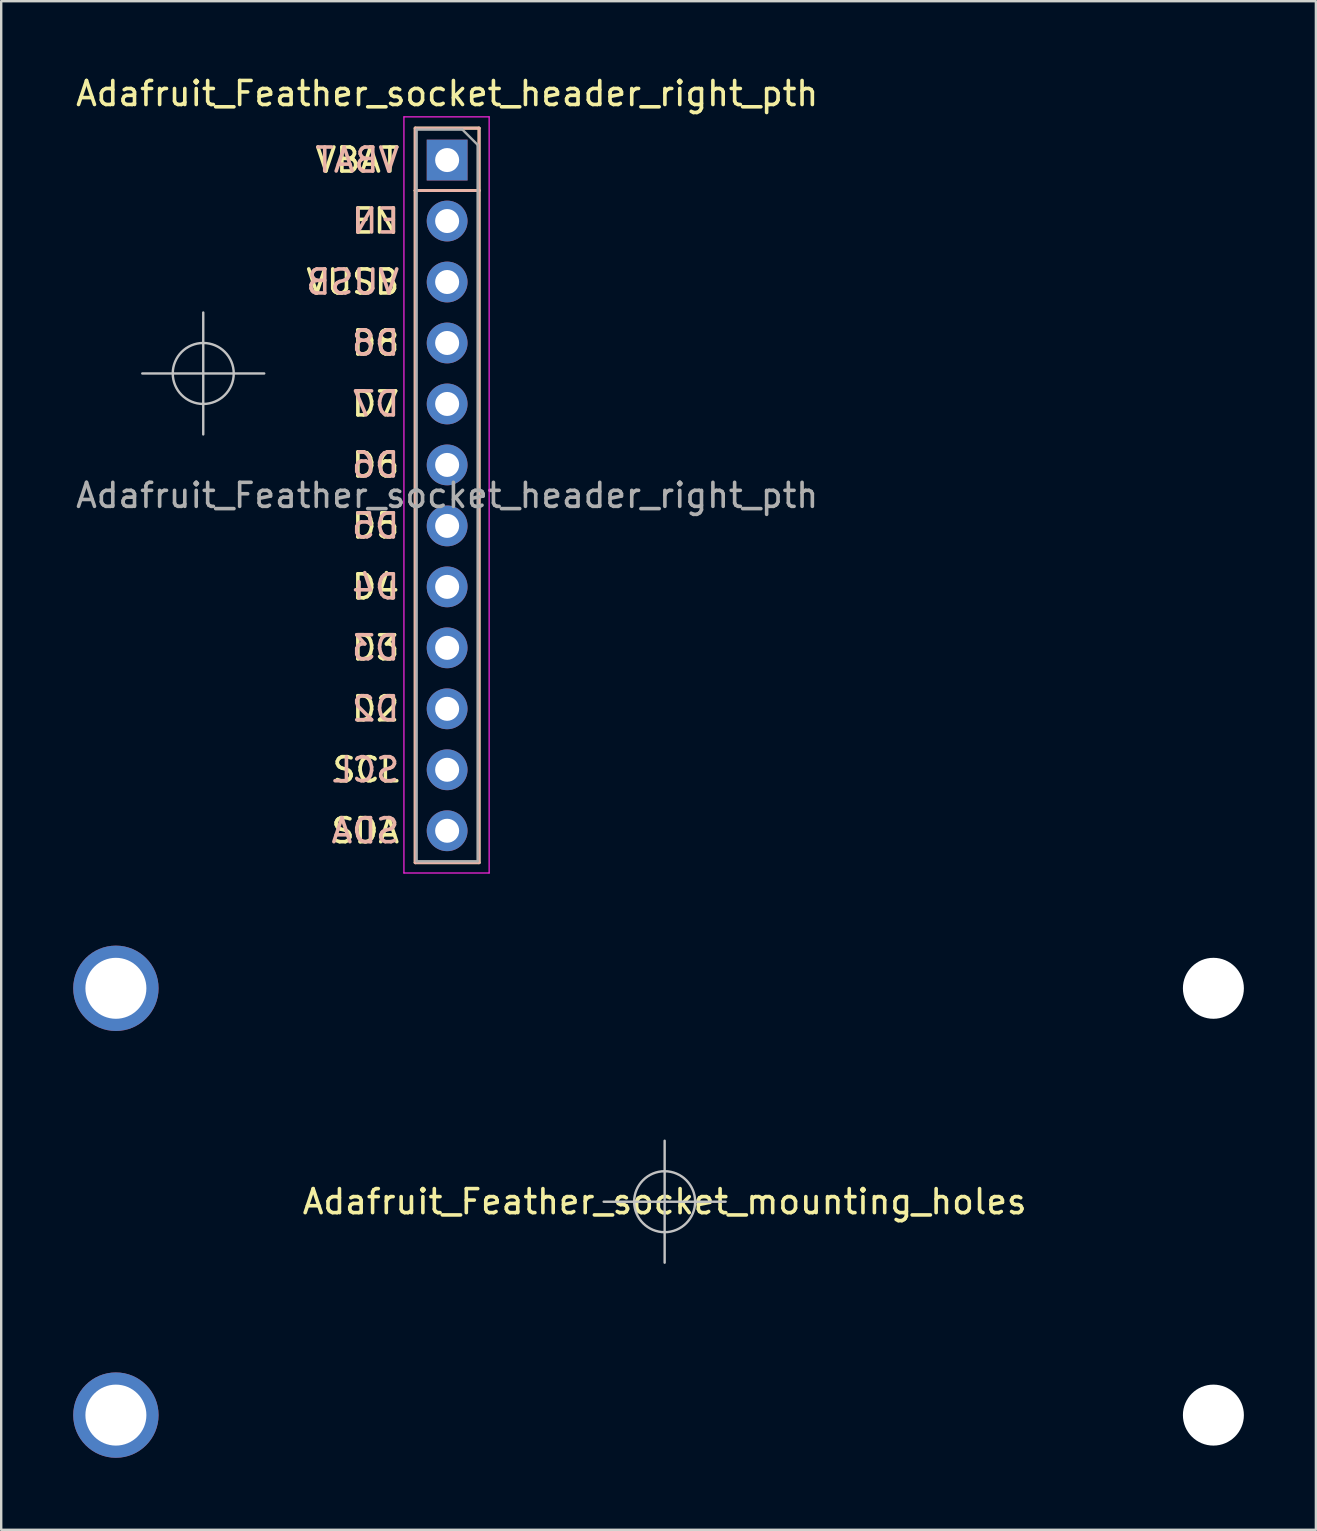
<source format=kicad_pcb>
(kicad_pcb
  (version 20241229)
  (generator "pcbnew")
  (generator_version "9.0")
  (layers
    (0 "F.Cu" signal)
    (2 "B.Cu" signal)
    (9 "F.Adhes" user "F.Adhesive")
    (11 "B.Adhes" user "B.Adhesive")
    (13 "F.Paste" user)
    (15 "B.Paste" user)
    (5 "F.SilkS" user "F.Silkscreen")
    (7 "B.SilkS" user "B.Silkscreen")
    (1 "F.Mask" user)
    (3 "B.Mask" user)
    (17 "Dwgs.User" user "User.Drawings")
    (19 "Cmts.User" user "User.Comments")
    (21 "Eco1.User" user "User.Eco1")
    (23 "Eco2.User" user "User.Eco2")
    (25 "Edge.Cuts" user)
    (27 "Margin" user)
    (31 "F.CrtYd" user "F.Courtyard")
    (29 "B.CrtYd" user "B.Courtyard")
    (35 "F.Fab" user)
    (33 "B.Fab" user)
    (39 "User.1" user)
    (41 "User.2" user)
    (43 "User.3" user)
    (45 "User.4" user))
  (footprint "Adafruit_Feather_socket_header_right_pth"
    (layer "F.Cu")
    (at 5.417 12.508)
    (property "Reference" "Adafruit_Feather_socket_header_right_pth" (at 10.16 -11.66 0) (unlocked yes) (layer "F.SilkS") (effects (font (size 1 1) (thickness 0.15))))
    (attr through_hole)
    (fp_line (start 8.83 -10.22) (end 8.83 -7.62) (stroke (width 0.12) (type solid)) (layer "F.SilkS"))
    (fp_line (start 8.83 -10.22) (end 11.49 -10.22) (stroke (width 0.12) (type solid)) (layer "F.SilkS"))
    (fp_line (start 8.83 -7.62) (end 8.83 20.38) (stroke (width 0.12) (type solid)) (layer "F.SilkS"))
    (fp_line (start 8.83 -7.62) (end 11.49 -7.62) (stroke (width 0.12) (type solid)) (layer "F.SilkS"))
    (fp_line (start 8.83 20.38) (end 11.49 20.38) (stroke (width 0.12) (type solid)) (layer "F.SilkS"))
    (fp_line (start 11.49 -10.22) (end 11.49 -7.62) (stroke (width 0.12) (type solid)) (layer "F.SilkS"))
    (fp_line (start 11.49 -7.62) (end 11.49 20.38) (stroke (width 0.12) (type solid)) (layer "F.SilkS"))
    (fp_line (start 8.83 -10.22) (end 8.83 -7.62) (stroke (width 0.12) (type solid)) (layer "B.SilkS"))
    (fp_line (start 8.83 -10.22) (end 11.49 -10.22) (stroke (width 0.12) (type solid)) (layer "B.SilkS"))
    (fp_line (start 8.83 -7.62) (end 8.83 20.38) (stroke (width 0.12) (type solid)) (layer "B.SilkS"))
    (fp_line (start 8.83 -7.62) (end 11.49 -7.62) (stroke (width 0.12) (type solid)) (layer "B.SilkS"))
    (fp_line (start 8.83 20.38) (end 11.49 20.38) (stroke (width 0.12) (type solid)) (layer "B.SilkS"))
    (fp_line (start 11.49 -10.22) (end 11.49 -7.62) (stroke (width 0.12) (type solid)) (layer "B.SilkS"))
    (fp_line (start 11.49 -7.62) (end 11.49 20.38) (stroke (width 0.12) (type solid)) (layer "B.SilkS"))
    (fp_line (start -2.54 0) (end 2.54 0) (stroke (width 0.1) (type solid)) (layer "Dwgs.User"))
    (fp_line (start 0 -2.54) (end 0 2.54) (stroke (width 0.1) (type solid)) (layer "Dwgs.User"))
    (fp_circle (center 0 0) (end 1.27 0) (stroke (width 0.1) (type solid)) (fill no) (layer "Dwgs.User"))
    (fp_line (start 8.36 -10.69) (end 11.91 -10.69) (stroke (width 0.05) (type solid)) (layer "F.CrtYd"))
    (fp_line (start 8.36 20.81) (end 8.36 -10.69) (stroke (width 0.05) (type solid)) (layer "F.CrtYd"))
    (fp_line (start 11.91 -10.69) (end 11.91 20.81) (stroke (width 0.05) (type solid)) (layer "F.CrtYd"))
    (fp_line (start 11.91 20.81) (end 8.36 20.81) (stroke (width 0.05) (type solid)) (layer "F.CrtYd"))
    (fp_line (start 8.89 -10.16) (end 10.795 -10.16) (stroke (width 0.1) (type solid)) (layer "F.Fab"))
    (fp_line (start 8.89 20.32) (end 8.89 -10.16) (stroke (width 0.1) (type solid)) (layer "F.Fab"))
    (fp_line (start 10.795 -10.16) (end 11.43 -9.525) (stroke (width 0.1) (type solid)) (layer "F.Fab"))
    (fp_line (start 11.43 -9.525) (end 11.43 20.32) (stroke (width 0.1) (type solid)) (layer "F.Fab"))
    (fp_line (start 11.43 20.32) (end 8.89 20.32) (stroke (width 0.1) (type solid)) (layer "F.Fab"))
    (fp_text user "D6" (at 8.255 3.81 0) (unlocked yes) (layer "F.SilkS") (effects (font (size 1 1) (thickness 0.15)) (justify right)))
    (fp_text user "D3" (at 8.255 11.43 0) (unlocked yes) (layer "F.SilkS") (effects (font (size 1 1) (thickness 0.15)) (justify right)))
    (fp_text user "SCL" (at 8.255 16.51 0) (unlocked yes) (layer "F.SilkS") (effects (font (size 1 1) (thickness 0.15)) (justify right)))
    (fp_text user "D8" (at 8.255 -1.27 0) (unlocked yes) (layer "F.SilkS") (effects (font (size 1 1) (thickness 0.15)) (justify right)))
    (fp_text user "VUSB" (at 8.255 -3.81 0) (unlocked yes) (layer "F.SilkS") (effects (font (size 1 1) (thickness 0.15)) (justify right)))
    (fp_text user "SDA" (at 8.255 19.05 0) (unlocked yes) (layer "F.SilkS") (effects (font (size 1 1) (thickness 0.15)) (justify right)))
    (fp_text user "D7" (at 8.255 1.27 0) (unlocked yes) (layer "F.SilkS") (effects (font (size 1 1) (thickness 0.15)) (justify right)))
    (fp_text user "D2" (at 8.255 13.97 0) (unlocked yes) (layer "F.SilkS") (effects (font (size 1 1) (thickness 0.15)) (justify right)))
    (fp_text user "D5" (at 8.255 6.35 0) (unlocked yes) (layer "F.SilkS") (effects (font (size 1 1) (thickness 0.15)) (justify right)))
    (fp_text user "D4" (at 8.255 8.89 0) (unlocked yes) (layer "F.SilkS") (effects (font (size 1 1) (thickness 0.15)) (justify right)))
    (fp_text user "EN" (at 8.255 -6.35 0) (unlocked yes) (layer "F.SilkS") (effects (font (size 1 1) (thickness 0.15)) (justify right)))
    (fp_text user "VBAT" (at 8.255 -8.89 0) (unlocked yes) (layer "F.SilkS") (effects (font (size 1 1) (thickness 0.15)) (justify right)))
    (fp_text user "D7" (at 8.255 1.27 0) (unlocked yes) (layer "B.SilkS") (effects (font (size 1 1) (thickness 0.15)) (justify left mirror)))
    (fp_text user "VUSB" (at 8.255 -3.81 0) (unlocked yes) (layer "B.SilkS") (effects (font (size 1 1) (thickness 0.15)) (justify left mirror)))
    (fp_text user "D2" (at 8.255 13.97 0) (unlocked yes) (layer "B.SilkS") (effects (font (size 1 1) (thickness 0.15)) (justify left mirror)))
    (fp_text user "D3" (at 8.255 11.43 0) (unlocked yes) (layer "B.SilkS") (effects (font (size 1 1) (thickness 0.15)) (justify left mirror)))
    (fp_text user "SDA" (at 8.255 19.05 0) (unlocked yes) (layer "B.SilkS") (effects (font (size 1 1) (thickness 0.15)) (justify left mirror)))
    (fp_text user "EN" (at 8.255 -6.35 0) (unlocked yes) (layer "B.SilkS") (effects (font (size 1 1) (thickness 0.15)) (justify left mirror)))
    (fp_text user "D4" (at 8.255 8.89 0) (unlocked yes) (layer "B.SilkS") (effects (font (size 1 1) (thickness 0.15)) (justify left mirror)))
    (fp_text user "D8" (at 8.255 -1.27 0) (unlocked yes) (layer "B.SilkS") (effects (font (size 1 1) (thickness 0.15)) (justify left mirror)))
    (fp_text user "D5" (at 8.255 6.35 0) (unlocked yes) (layer "B.SilkS") (effects (font (size 1 1) (thickness 0.15)) (justify left mirror)))
    (fp_text user "SCL" (at 8.255 16.51 0) (unlocked yes) (layer "B.SilkS") (effects (font (size 1 1) (thickness 0.15)) (justify left mirror)))
    (fp_text user "VBAT" (at 8.255 -8.89 0) (unlocked yes) (layer "B.SilkS") (effects (font (size 1 1) (thickness 0.15)) (justify left mirror)))
    (fp_text user "D6" (at 8.255 3.81 0) (unlocked yes) (layer "B.SilkS") (effects (font (size 1 1) (thickness 0.15)) (justify left mirror)))
    (fp_text user "${REFERENCE}" (at 10.16 5.08 0) (unlocked yes) (layer "F.Fab") (effects (font (size 1 1) (thickness 0.15))))
    (pad "D2" thru_hole oval (at 10.16 13.97) (size 1.7 1.7) (drill 1) (layers "*.Cu" "*.Mask"))
    (pad "D3" thru_hole oval (at 10.16 11.43) (size 1.7 1.7) (drill 1) (layers "*.Cu" "*.Mask"))
    (pad "D4" thru_hole oval (at 10.16 8.89) (size 1.7 1.7) (drill 1) (layers "*.Cu" "*.Mask"))
    (pad "D5" thru_hole oval (at 10.16 6.35) (size 1.7 1.7) (drill 1) (layers "*.Cu" "*.Mask"))
    (pad "D6" thru_hole oval (at 10.16 3.81) (size 1.7 1.7) (drill 1) (layers "*.Cu" "*.Mask"))
    (pad "D7" thru_hole oval (at 10.16 1.27) (size 1.7 1.7) (drill 1) (layers "*.Cu" "*.Mask"))
    (pad "D8" thru_hole oval (at 10.16 -1.27) (size 1.7 1.7) (drill 1) (layers "*.Cu" "*.Mask"))
    (pad "EN" thru_hole oval (at 10.16 -6.35) (size 1.7 1.7) (drill 1) (layers "*.Cu" "*.Mask"))
    (pad "SCL" thru_hole oval (at 10.16 16.51) (size 1.7 1.7) (drill 1) (layers "*.Cu" "*.Mask"))
    (pad "SDA" thru_hole oval (at 10.16 19.05) (size 1.7 1.7) (drill 1) (layers "*.Cu" "*.Mask"))
    (pad "VBAT" thru_hole rect (at 10.16 -8.89) (size 1.7 1.7) (drill 1) (layers "*.Cu" "*.Mask"))
    (pad "VUSB" thru_hole oval (at 10.16 -3.81) (size 1.7 1.7) (drill 1) (layers "*.Cu" "*.Mask")))
  (footprint "Adafruit_Feather_socket_mounting_holes"
    (layer "F.Cu")
    (at 24.638 47.011)
    (property "Reference" "Adafruit_Feather_socket_mounting_holes" (at 0 0 0) (layer "F.SilkS") (effects (font (size 1 1) (thickness 0.15))))
    (attr exclude_from_pos_files exclude_from_bom)
    (fp_line (start -2.54 0) (end 2.54 0) (stroke (width 0.1) (type solid)) (layer "Dwgs.User"))
    (fp_line (start 0 -2.54) (end 0 2.54) (stroke (width 0.1) (type solid)) (layer "Dwgs.User"))
    (fp_circle (center 0 0) (end 1.27 0) (stroke (width 0.1) (type solid)) (fill no) (layer "Dwgs.User"))
    (pad "" np_thru_hole circle (at 22.86 -8.89) (size 2.54 2.54) (drill 2.54) (layers "*.Cu" "*.Mask"))
    (pad "" np_thru_hole circle (at 22.86 8.89) (size 2.54 2.54) (drill 2.54) (layers "*.Cu" "*.Mask"))
    (pad "MH1" thru_hole circle (at -22.86 8.89) (size 3.556 3.556) (drill 2.54) (layers "*.Cu" "*.Mask"))
    (pad "MH2" thru_hole circle (at -22.86 -8.89) (size 3.556 3.556) (drill 2.54) (layers "*.Cu" "*.Mask")))
  (gr_rect
    (start -3 -3)
    (end 51.768 60.679)
    (stroke (width 0.1) (type default))
    (fill no)
    (layer "Edge.Cuts")))
</source>
